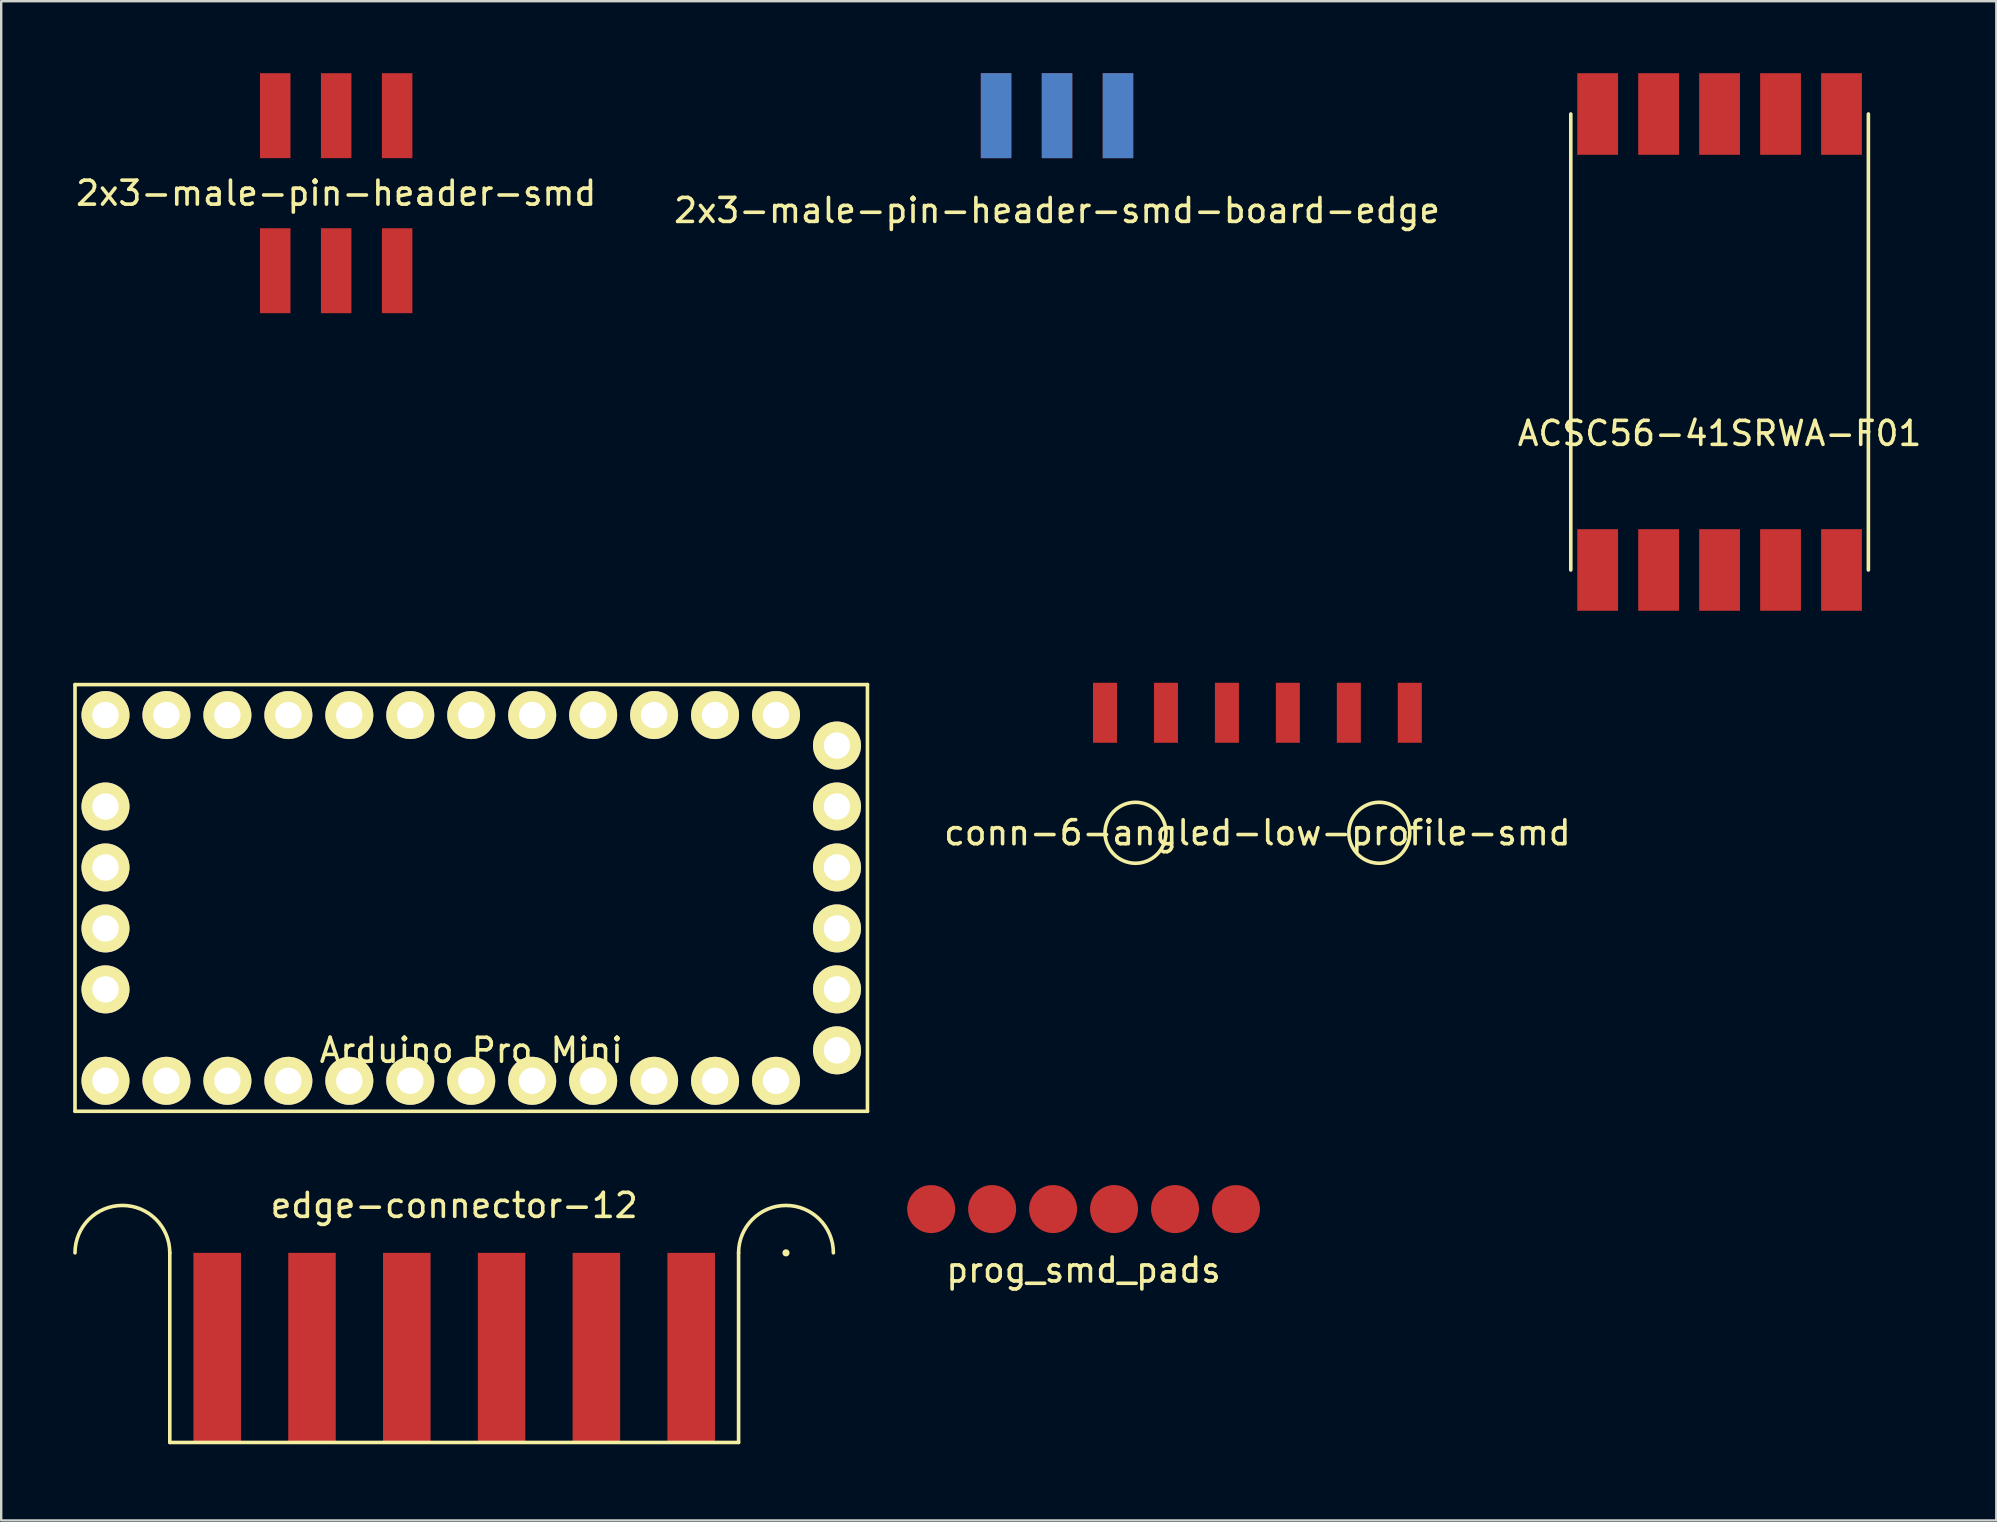
<source format=kicad_pcb>
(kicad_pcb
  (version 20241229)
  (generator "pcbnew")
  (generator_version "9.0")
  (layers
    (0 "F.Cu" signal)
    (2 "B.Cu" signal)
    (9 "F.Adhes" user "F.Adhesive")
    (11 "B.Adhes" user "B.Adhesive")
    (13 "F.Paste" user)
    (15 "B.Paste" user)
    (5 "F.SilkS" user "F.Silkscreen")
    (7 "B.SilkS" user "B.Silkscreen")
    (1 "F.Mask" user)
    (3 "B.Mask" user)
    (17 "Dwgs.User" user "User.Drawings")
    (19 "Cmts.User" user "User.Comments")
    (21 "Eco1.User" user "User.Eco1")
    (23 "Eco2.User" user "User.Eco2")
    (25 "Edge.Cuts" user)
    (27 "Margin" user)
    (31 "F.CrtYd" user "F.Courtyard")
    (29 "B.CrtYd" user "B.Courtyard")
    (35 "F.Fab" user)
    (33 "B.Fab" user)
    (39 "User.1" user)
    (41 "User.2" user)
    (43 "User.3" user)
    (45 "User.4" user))
  (footprint "conn-6-angled-low-profile-smd"
    (layer "F.Cu")
    (at 49.343 31.65)
    (property "Reference" "conn-6-angled-low-profile-smd" (at 0 0 0) (layer "F.SilkS") (effects (font (size 1 1) (thickness 0.15))))
    (attr through_hole)
    (fp_circle (center -5.08 0) (end -5.08 1.27) (stroke (width 0.15) (type solid)) (fill no) (layer "F.SilkS"))
    (fp_circle (center 5.08 0) (end 5.08 1.27) (stroke (width 0.15) (type solid)) (fill no) (layer "F.SilkS"))
    (pad "1" smd rect (at -6.35 -5) (size 1 2.5) (layers "F.Cu" "F.Mask" "F.Paste"))
    (pad "2" smd rect (at -3.81 -5) (size 1 2.5) (layers "F.Cu" "F.Mask" "F.Paste"))
    (pad "3" smd rect (at -1.27 -5) (size 1 2.5) (layers "F.Cu" "F.Mask" "F.Paste"))
    (pad "4" smd rect (at 1.27 -5) (size 1 2.5) (layers "F.Cu" "F.Mask" "F.Paste"))
    (pad "5" smd rect (at 3.81 -5) (size 1 2.5) (layers "F.Cu" "F.Mask" "F.Paste"))
    (pad "6" smd rect (at 6.35 -5) (size 1 2.5) (layers "F.Cu" "F.Mask" "F.Paste")))
  (footprint "2x3-male-pin-header-smd-board-edge"
    (layer "F.Cu")
    (at 40.994 1.77)
    (property "Reference" "2x3-male-pin-header-smd-board-edge" (at 0 3.95 0) (layer "F.SilkS") (effects (font (size 1 1) (thickness 0.15))))
    (attr through_hole)
    (pad "1" smd rect (at 2.54 0) (size 1.27 3.54) (layers "F.Cu" "F.Mask" "F.Paste"))
    (pad "2" smd rect (at 2.54 0) (size 1.27 3.54) (layers "F.Mask" "B.Cu" "F.Paste"))
    (pad "3" smd rect (at 0 0) (size 1.27 3.54) (layers "F.Cu" "F.Mask" "F.Paste"))
    (pad "4" smd rect (at 0 0) (size 1.27 3.54) (layers "F.Mask" "B.Cu" "F.Paste"))
    (pad "5" smd rect (at -2.54 0) (size 1.27 3.54) (layers "F.Cu" "F.Mask" "F.Paste"))
    (pad "6" smd rect (at -2.54 0) (size 1.27 3.54) (layers "F.Mask" "B.Cu" "F.Paste")))
  (footprint "2x3-male-pin-header-smd"
    (layer "F.Cu")
    (at 10.958 5)
    (property "Reference" "2x3-male-pin-header-smd" (at 0 0 0) (layer "F.SilkS") (effects (font (size 1 1) (thickness 0.15))))
    (attr through_hole)
    (pad "1" smd rect (at 2.54 -3.23) (size 1.27 3.54) (layers "F.Cu" "F.Mask" "F.Paste"))
    (pad "2" smd rect (at 2.54 3.23) (size 1.27 3.54) (layers "F.Cu" "F.Mask" "F.Paste"))
    (pad "3" smd rect (at 0 -3.23) (size 1.27 3.54) (layers "F.Cu" "F.Mask" "F.Paste"))
    (pad "4" smd rect (at 0 3.23) (size 1.27 3.54) (layers "F.Cu" "F.Mask" "F.Paste"))
    (pad "5" smd rect (at -2.54 -3.23) (size 1.27 3.54) (layers "F.Cu" "F.Mask" "F.Paste"))
    (pad "6" smd rect (at -2.54 3.23) (size 1.27 3.54) (layers "F.Cu" "F.Mask" "F.Paste")))
  (footprint "ACSC56-41SRWA-F01"
    (layer "F.Cu")
    (at 68.601 11.2)
    (property "Reference" "ACSC56-41SRWA-F01" (at 0 3.81 0) (layer "F.SilkS") (effects (font (size 1 1) (thickness 0.15))))
    (attr through_hole)
    (fp_line (start -6.2 -9.5) (end -6.2 9.5) (stroke (width 0.15) (type solid)) (layer "F.SilkS"))
    (fp_line (start 6.2 9.5) (end 6.2 -9.5) (stroke (width 0.15) (type solid)) (layer "F.SilkS"))
    (pad "1" smd rect (at -5.08 9.5) (size 1.7 3.4) (layers "F.Cu" "F.Mask" "F.Paste"))
    (pad "2" smd rect (at -2.54 9.5) (size 1.7 3.4) (layers "F.Cu" "F.Mask" "F.Paste"))
    (pad "3" smd rect (at 0 9.5) (size 1.7 3.4) (layers "F.Cu" "F.Mask" "F.Paste"))
    (pad "4" smd rect (at 2.54 9.5) (size 1.7 3.4) (layers "F.Cu" "F.Mask" "F.Paste"))
    (pad "5" smd rect (at 5.08 9.5) (size 1.7 3.4) (layers "F.Cu" "F.Mask" "F.Paste"))
    (pad "6" smd rect (at 5.08 -9.5) (size 1.7 3.4) (layers "F.Cu" "F.Mask" "F.Paste"))
    (pad "7" smd rect (at 2.54 -9.5) (size 1.7 3.4) (layers "F.Cu" "F.Mask" "F.Paste"))
    (pad "8" smd rect (at 0 -9.5) (size 1.7 3.4) (layers "F.Cu" "F.Mask" "F.Paste"))
    (pad "9" smd rect (at -2.54 -9.5) (size 1.7 3.4) (layers "F.Cu" "F.Mask" "F.Paste"))
    (pad "10" smd rect (at -5.08 -9.5) (size 1.7 3.4) (layers "F.Cu" "F.Mask" "F.Paste")))
  (footprint "prog_smd_pads"
    (layer "F.Cu")
    (at 42.1 47.33)
    (property "Reference" "prog_smd_pads" (at 0 2.54 0) (layer "F.SilkS") (effects (font (size 1 1) (thickness 0.15))))
    (attr through_hole)
    (pad "1" smd circle (at -6.35 0) (size 2 2) (layers "F.Cu" "F.Mask"))
    (pad "2" smd circle (at -3.81 0) (size 2 2) (layers "F.Cu" "F.Mask"))
    (pad "3" smd circle (at -1.27 0) (size 2 2) (layers "F.Cu" "F.Mask"))
    (pad "4" smd circle (at 1.27 0) (size 2 2) (layers "F.Cu" "F.Mask"))
    (pad "5" smd circle (at 3.81 0) (size 2 2) (layers "F.Cu" "F.Mask"))
    (pad "6" smd circle (at 6.35 0) (size 2 2) (layers "F.Cu" "F.Mask")))
  (footprint "Arduino Pro Mini"
    (layer "F.Cu")
    (at 16.585 34.365)
    (property "Reference" "Arduino Pro Mini" (at 0 6.35 0) (layer "F.SilkS") (effects (font (size 1 1) (thickness 0.15))))
    (attr through_hole)
    (fp_line (start -16.51 -8.89) (end -16.51 8.89) (stroke (width 0.15) (type solid)) (layer "F.SilkS"))
    (fp_line (start -16.51 8.89) (end 16.51 8.89) (stroke (width 0.15) (type solid)) (layer "F.SilkS"))
    (fp_line (start 16.51 -8.89) (end -16.51 -8.89) (stroke (width 0.15) (type solid)) (layer "F.SilkS"))
    (fp_line (start 16.51 8.89) (end 16.51 -8.89) (stroke (width 0.15) (type solid)) (layer "F.SilkS"))
    (pad "1" thru_hole circle (at 5.08 -7.62) (size 2 2) (drill 1.1) (layers "*.Cu" "*.Mask" "F.SilkS"))
    (pad "2" thru_hole circle (at 2.54 -7.62) (size 2 2) (drill 1.1) (layers "*.Cu" "*.Mask" "F.SilkS"))
    (pad "3" thru_hole circle (at 0 -7.62) (size 2 2) (drill 1.1) (layers "*.Cu" "*.Mask" "F.SilkS"))
    (pad "4" thru_hole circle (at -2.54 -7.62) (size 2 2) (drill 1.1) (layers "*.Cu" "*.Mask" "F.SilkS"))
    (pad "5" thru_hole circle (at -5.08 -7.62) (size 2 2) (drill 1.1) (layers "*.Cu" "*.Mask" "F.SilkS"))
    (pad "6" thru_hole circle (at -7.62 -7.62) (size 2 2) (drill 1.1) (layers "*.Cu" "*.Mask" "F.SilkS"))
    (pad "7" thru_hole circle (at -10.16 -7.62) (size 2 2) (drill 1.1) (layers "*.Cu" "*.Mask" "F.SilkS"))
    (pad "8" thru_hole circle (at -12.7 -7.62) (size 2 2) (drill 1.1) (layers "*.Cu" "*.Mask" "F.SilkS"))
    (pad "9" thru_hole circle (at -15.24 -7.62) (size 2 2) (drill 1.1) (layers "*.Cu" "*.Mask" "F.SilkS"))
    (pad "10" thru_hole circle (at -15.24 7.62) (size 2 2) (drill 1.1) (layers "*.Cu" "*.Mask" "F.SilkS"))
    (pad "11" thru_hole circle (at -12.7 7.62) (size 2 2) (drill 1.1) (layers "*.Cu" "*.Mask" "F.SilkS"))
    (pad "12" thru_hole circle (at -10.16 7.62) (size 2 2) (drill 1.1) (layers "*.Cu" "*.Mask" "F.SilkS"))
    (pad "13" thru_hole circle (at -7.62 7.62) (size 2 2) (drill 1.1) (layers "*.Cu" "*.Mask" "F.SilkS"))
    (pad "14" thru_hole circle (at -5.08 7.62) (size 2 2) (drill 1.1) (layers "*.Cu" "*.Mask" "F.SilkS"))
    (pad "15" thru_hole circle (at -2.54 7.62) (size 2 2) (drill 1.1) (layers "*.Cu" "*.Mask" "F.SilkS"))
    (pad "16" thru_hole circle (at 0 7.62) (size 2 2) (drill 1.1) (layers "*.Cu" "*.Mask" "F.SilkS"))
    (pad "17" thru_hole circle (at 2.54 7.62) (size 2 2) (drill 1.1) (layers "*.Cu" "*.Mask" "F.SilkS"))
    (pad "18" thru_hole circle (at -15.24 -3.81) (size 2 2) (drill 1.1) (layers "*.Cu" "*.Mask" "F.SilkS"))
    (pad "19" thru_hole circle (at -15.24 -1.27) (size 2 2) (drill 1.1) (layers "*.Cu" "*.Mask" "F.SilkS"))
    (pad "20" thru_hole circle (at -15.24 1.27) (size 2 2) (drill 1.1) (layers "*.Cu" "*.Mask" "F.SilkS"))
    (pad "21" thru_hole circle (at -15.24 3.81) (size 2 2) (drill 1.1) (layers "*.Cu" "*.Mask" "F.SilkS"))
    (pad "22" thru_hole circle (at 5.08 7.62) (size 2 2) (drill 1.1) (layers "*.Cu" "*.Mask" "F.SilkS"))
    (pad "23" thru_hole circle (at 7.62 7.62) (size 2 2) (drill 1.1) (layers "*.Cu" "*.Mask" "F.SilkS"))
    (pad "24" thru_hole circle (at 10.16 7.62) (size 2 2) (drill 1.1) (layers "*.Cu" "*.Mask" "F.SilkS"))
    (pad "25" thru_hole circle (at 12.7 7.62) (size 2 2) (drill 1.1) (layers "*.Cu" "*.Mask" "F.SilkS"))
    (pad "26" thru_hole circle (at 15.24 6.35) (size 2 2) (drill 1.1) (layers "*.Cu" "*.Mask" "F.SilkS"))
    (pad "27" thru_hole circle (at 15.24 3.81) (size 2 2) (drill 1.1) (layers "*.Cu" "*.Mask" "F.SilkS"))
    (pad "28" thru_hole circle (at 15.24 1.27) (size 2 2) (drill 1.1) (layers "*.Cu" "*.Mask" "F.SilkS"))
    (pad "29" thru_hole circle (at 15.24 -1.27) (size 2 2) (drill 1.1) (layers "*.Cu" "*.Mask" "F.SilkS"))
    (pad "30" thru_hole circle (at 15.24 -3.81) (size 2 2) (drill 1.1) (layers "*.Cu" "*.Mask" "F.SilkS"))
    (pad "31" thru_hole circle (at 15.24 -6.35) (size 2 2) (drill 1.1) (layers "*.Cu" "*.Mask" "F.SilkS"))
    (pad "32" thru_hole circle (at 12.7 -7.62) (size 2 2) (drill 1.1) (layers "*.Cu" "*.Mask" "F.SilkS"))
    (pad "33" thru_hole circle (at 10.16 -7.62) (size 2 2) (drill 1.1) (layers "*.Cu" "*.Mask" "F.SilkS"))
    (pad "34" thru_hole circle (at 7.62 -7.62) (size 2 2) (drill 1.1) (layers "*.Cu" "*.Mask" "F.SilkS")))
  (footprint "edge-connector-12"
    (layer "F.Cu")
    (at 15.875 57.053)
    (property "Reference" "edge-connector-12" (at 0 -9.875 0) (layer "F.SilkS") (effects (font (size 1 1) (thickness 0.15))))
    (attr through_hole)
    (fp_line (start -11.85 -7.9) (end -11.85 0) (stroke (width 0.15) (type solid)) (layer "F.SilkS"))
    (fp_line (start -11.85 0) (end 11.85 0) (stroke (width 0.15) (type solid)) (layer "F.SilkS"))
    (fp_line (start 11.85 -7.9) (end 11.85 0) (stroke (width 0.15) (type solid)) (layer "F.SilkS"))
    (fp_arc (start -15.8 -7.9) (mid -13.825 -9.875) (end -11.85 -7.9) (stroke (width 0.15) (type solid)) (layer "F.SilkS"))
    (fp_arc (start 11.85 -7.9) (mid 13.825 -9.875) (end 15.8 -7.9) (stroke (width 0.15) (type solid)) (layer "F.SilkS"))
    (fp_circle (center 13.825 -7.9) (end 13.825 -7.9) (stroke (width 0.15) (type solid)) (fill no) (layer "F.SilkS"))
    (pad "1" smd rect (at 9.875 -3.95) (size 1.98 7.9) (layers "F.Cu" "F.Mask" "F.Paste"))
    (pad "2" smd rect (at 5.925 -3.95) (size 1.98 7.9) (layers "F.Cu" "F.Mask" "F.Paste"))
    (pad "3" smd rect (at 1.975 -3.95) (size 1.98 7.9) (layers "F.Cu" "F.Mask" "F.Paste"))
    (pad "4" smd rect (at -1.975 -3.95) (size 1.98 7.9) (layers "F.Cu" "F.Mask" "F.Paste"))
    (pad "5" smd rect (at -5.925 -3.95) (size 1.98 7.9) (layers "F.Cu" "F.Mask" "F.Paste"))
    (pad "6" smd rect (at -9.875 -3.95) (size 1.98 7.9) (layers "F.Cu" "F.Mask" "F.Paste")))
  (gr_rect
    (start -3 -3)
    (end 80.131 60.303)
    (stroke (width 0.1) (type default))
    (fill no)
    (layer "Edge.Cuts")))
</source>
